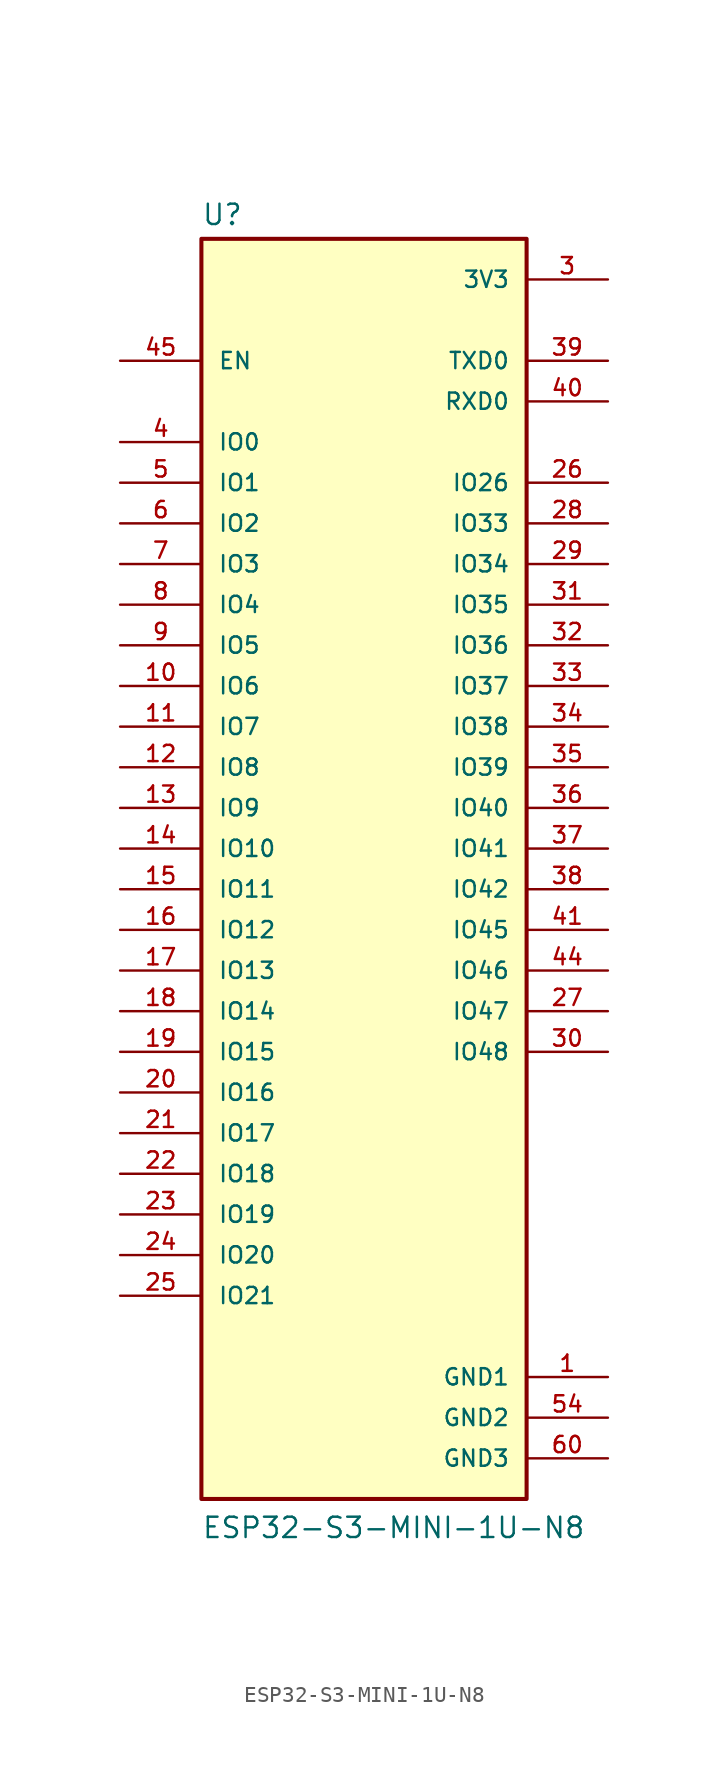
<source format=kicad_sym>
(kicad_symbol_lib
  (version 20211014)
  (generator kicad_symbol_editor)
  (symbol "ESP32-S3-MINI-1U-N8"
    (pin_names
      (offset 1.016))
    (property "Reference" "U"
      (at -10.16 38.862 0)
      (effects (font (size 1.27 1.27)) (justify bottom left)))
    (property "Value" "ESP32-S3-MINI-1U-N8"
      (at -10.16 -43.18 0)
      (effects (font (size 1.27 1.27)) (justify bottom left)))
    (symbol "ESP32-S3-MINI-1U-N8_0_0"
      (rectangle (start -10.16 -40.64) (end 10.16 38.1) (stroke (width 0.254)) (fill (type background)))
      (pin bidirectional line (at -15.24 25.4 0) (length 5.08) (name "IO0" (effects (font (size 1.016 1.016)))) (number "4" (effects (font (size 1.016 1.016)))))
      (pin bidirectional line (at -15.24 22.86 0) (length 5.08) (name "IO1" (effects (font (size 1.016 1.016)))) (number "5" (effects (font (size 1.016 1.016)))))
      (pin bidirectional line (at -15.24 20.32 0) (length 5.08) (name "IO2" (effects (font (size 1.016 1.016)))) (number "6" (effects (font (size 1.016 1.016)))))
      (pin bidirectional line (at -15.24 17.78 0) (length 5.08) (name "IO3" (effects (font (size 1.016 1.016)))) (number "7" (effects (font (size 1.016 1.016)))))
      (pin bidirectional line (at -15.24 15.24 0) (length 5.08) (name "IO4" (effects (font (size 1.016 1.016)))) (number "8" (effects (font (size 1.016 1.016)))))
      (pin bidirectional line (at -15.24 12.7 0) (length 5.08) (name "IO5" (effects (font (size 1.016 1.016)))) (number "9" (effects (font (size 1.016 1.016)))))
      (pin bidirectional line (at -15.24 10.16 0) (length 5.08) (name "IO6" (effects (font (size 1.016 1.016)))) (number "10" (effects (font (size 1.016 1.016)))))
      (pin bidirectional line (at -15.24 7.62 0) (length 5.08) (name "IO7" (effects (font (size 1.016 1.016)))) (number "11" (effects (font (size 1.016 1.016)))))
      (pin bidirectional line (at -15.24 5.08 0) (length 5.08) (name "IO8" (effects (font (size 1.016 1.016)))) (number "12" (effects (font (size 1.016 1.016)))))
      (pin bidirectional line (at -15.24 2.54 0) (length 5.08) (name "IO9" (effects (font (size 1.016 1.016)))) (number "13" (effects (font (size 1.016 1.016)))))
      (pin bidirectional line (at -15.24 0.0 0) (length 5.08) (name "IO10" (effects (font (size 1.016 1.016)))) (number "14" (effects (font (size 1.016 1.016)))))
      (pin bidirectional line (at -15.24 -2.54 0) (length 5.08) (name "IO11" (effects (font (size 1.016 1.016)))) (number "15" (effects (font (size 1.016 1.016)))))
      (pin bidirectional line (at -15.24 -5.08 0) (length 5.08) (name "IO12" (effects (font (size 1.016 1.016)))) (number "16" (effects (font (size 1.016 1.016)))))
      (pin bidirectional line (at -15.24 -7.62 0) (length 5.08) (name "IO13" (effects (font (size 1.016 1.016)))) (number "17" (effects (font (size 1.016 1.016)))))
      (pin bidirectional line (at -15.24 -10.16 0) (length 5.08) (name "IO14" (effects (font (size 1.016 1.016)))) (number "18" (effects (font (size 1.016 1.016)))))
      (pin bidirectional line (at -15.24 -12.7 0) (length 5.08) (name "IO15" (effects (font (size 1.016 1.016)))) (number "19" (effects (font (size 1.016 1.016)))))
      (pin bidirectional line (at -15.24 -15.24 0) (length 5.08) (name "IO16" (effects (font (size 1.016 1.016)))) (number "20" (effects (font (size 1.016 1.016)))))
      (pin bidirectional line (at -15.24 -17.78 0) (length 5.08) (name "IO17" (effects (font (size 1.016 1.016)))) (number "21" (effects (font (size 1.016 1.016)))))
      (pin bidirectional line (at -15.24 -20.32 0) (length 5.08) (name "IO18" (effects (font (size 1.016 1.016)))) (number "22" (effects (font (size 1.016 1.016)))))
      (pin bidirectional line (at -15.24 -22.86 0) (length 5.08) (name "IO19" (effects (font (size 1.016 1.016)))) (number "23" (effects (font (size 1.016 1.016)))))
      (pin bidirectional line (at -15.24 -25.4 0) (length 5.08) (name "IO20" (effects (font (size 1.016 1.016)))) (number "24" (effects (font (size 1.016 1.016)))))
      (pin bidirectional line (at -15.24 -27.94 0) (length 5.08) (name "IO21" (effects (font (size 1.016 1.016)))) (number "25" (effects (font (size 1.016 1.016)))))
      (pin bidirectional line (at 15.24 22.86 180.0) (length 5.08) (name "IO26" (effects (font (size 1.016 1.016)))) (number "26" (effects (font (size 1.016 1.016)))))
      (pin bidirectional line (at 15.24 20.32 180.0) (length 5.08) (name "IO33" (effects (font (size 1.016 1.016)))) (number "28" (effects (font (size 1.016 1.016)))))
      (pin bidirectional line (at 15.24 17.78 180.0) (length 5.08) (name "IO34" (effects (font (size 1.016 1.016)))) (number "29" (effects (font (size 1.016 1.016)))))
      (pin bidirectional line (at 15.24 15.24 180.0) (length 5.08) (name "IO35" (effects (font (size 1.016 1.016)))) (number "31" (effects (font (size 1.016 1.016)))))
      (pin bidirectional line (at 15.24 12.7 180.0) (length 5.08) (name "IO36" (effects (font (size 1.016 1.016)))) (number "32" (effects (font (size 1.016 1.016)))))
      (pin bidirectional line (at 15.24 10.16 180.0) (length 5.08) (name "IO37" (effects (font (size 1.016 1.016)))) (number "33" (effects (font (size 1.016 1.016)))))
      (pin bidirectional line (at 15.24 7.62 180.0) (length 5.08) (name "IO38" (effects (font (size 1.016 1.016)))) (number "34" (effects (font (size 1.016 1.016)))))
      (pin bidirectional line (at 15.24 5.08 180.0) (length 5.08) (name "IO39" (effects (font (size 1.016 1.016)))) (number "35" (effects (font (size 1.016 1.016)))))
      (pin bidirectional line (at 15.24 2.54 180.0) (length 5.08) (name "IO40" (effects (font (size 1.016 1.016)))) (number "36" (effects (font (size 1.016 1.016)))))
      (pin bidirectional line (at 15.24 0.0 180.0) (length 5.08) (name "IO41" (effects (font (size 1.016 1.016)))) (number "37" (effects (font (size 1.016 1.016)))))
      (pin bidirectional line (at 15.24 -2.54 180.0) (length 5.08) (name "IO42" (effects (font (size 1.016 1.016)))) (number "38" (effects (font (size 1.016 1.016)))))
      (pin bidirectional line (at 15.24 -5.08 180.0) (length 5.08) (name "IO45" (effects (font (size 1.016 1.016)))) (number "41" (effects (font (size 1.016 1.016)))))
      (pin bidirectional line (at 15.24 -7.62 180.0) (length 5.08) (name "IO46" (effects (font (size 1.016 1.016)))) (number "44" (effects (font (size 1.016 1.016)))))
      (pin bidirectional line (at 15.24 -10.16 180.0) (length 5.08) (name "IO47" (effects (font (size 1.016 1.016)))) (number "27" (effects (font (size 1.016 1.016)))))
      (pin bidirectional line (at 15.24 -12.7 180.0) (length 5.08) (name "IO48" (effects (font (size 1.016 1.016)))) (number "30" (effects (font (size 1.016 1.016)))))
      (pin input line (at -15.24 30.48 0) (length 5.08) (name "EN" (effects (font (size 1.016 1.016)))) (number "45" (effects (font (size 1.016 1.016)))))
      (pin bidirectional line (at 15.24 30.48 180.0) (length 5.08) (name "TXD0" (effects (font (size 1.016 1.016)))) (number "39" (effects (font (size 1.016 1.016)))))
      (pin bidirectional line (at 15.24 27.94 180.0) (length 5.08) (name "RXD0" (effects (font (size 1.016 1.016)))) (number "40" (effects (font (size 1.016 1.016)))))
      (pin power_in line (at 15.24 35.56 180.0) (length 5.08) (name "3V3" (effects (font (size 1.016 1.016)))) (number "3" (effects (font (size 1.016 1.016)))))
      (pin power_in line (at 15.24 -33.02 180.0) (length 5.08) (name "GND1" (effects (font (size 1.016 1.016)))) (number "1" (effects (font (size 1.016 1.016)))))
      (pin power_in line (at 15.24 -33.02 180.0) (length 5.08) hide (name "GND1" (effects (font (size 1.016 1.016)))) (number "2" (effects (font (size 1.016 1.016)))))
      (pin power_in line (at 15.24 -33.02 180.0) (length 5.08) hide (name "GND1" (effects (font (size 1.016 1.016)))) (number "42" (effects (font (size 1.016 1.016)))))
      (pin power_in line (at 15.24 -33.02 180.0) (length 5.08) hide (name "GND1" (effects (font (size 1.016 1.016)))) (number "43" (effects (font (size 1.016 1.016)))))
      (pin power_in line (at 15.24 -33.02 180.0) (length 5.08) hide (name "GND1" (effects (font (size 1.016 1.016)))) (number "46" (effects (font (size 1.016 1.016)))))
      (pin power_in line (at 15.24 -33.02 180.0) (length 5.08) hide (name "GND1" (effects (font (size 1.016 1.016)))) (number "47" (effects (font (size 1.016 1.016)))))
      (pin power_in line (at 15.24 -33.02 180.0) (length 5.08) hide (name "GND1" (effects (font (size 1.016 1.016)))) (number "48" (effects (font (size 1.016 1.016)))))
      (pin power_in line (at 15.24 -33.02 180.0) (length 5.08) hide (name "GND1" (effects (font (size 1.016 1.016)))) (number "49" (effects (font (size 1.016 1.016)))))
      (pin power_in line (at 15.24 -33.02 180.0) (length 5.08) hide (name "GND1" (effects (font (size 1.016 1.016)))) (number "50" (effects (font (size 1.016 1.016)))))
      (pin power_in line (at 15.24 -33.02 180.0) (length 5.08) hide (name "GND1" (effects (font (size 1.016 1.016)))) (number "51" (effects (font (size 1.016 1.016)))))
      (pin power_in line (at 15.24 -33.02 180.0) (length 5.08) hide (name "GND1" (effects (font (size 1.016 1.016)))) (number "52" (effects (font (size 1.016 1.016)))))
      (pin power_in line (at 15.24 -33.02 180.0) (length 5.08) hide (name "GND1" (effects (font (size 1.016 1.016)))) (number "53" (effects (font (size 1.016 1.016)))))
      (pin power_in line (at 15.24 -35.56 180.0) (length 5.08) (name "GND2" (effects (font (size 1.016 1.016)))) (number "54" (effects (font (size 1.016 1.016)))))
      (pin power_in line (at 15.24 -35.56 180.0) (length 5.08) hide (name "GND2" (effects (font (size 1.016 1.016)))) (number "55" (effects (font (size 1.016 1.016)))))
      (pin power_in line (at 15.24 -35.56 180.0) (length 5.08) hide (name "GND2" (effects (font (size 1.016 1.016)))) (number "56" (effects (font (size 1.016 1.016)))))
      (pin power_in line (at 15.24 -35.56 180.0) (length 5.08) hide (name "GND2" (effects (font (size 1.016 1.016)))) (number "57" (effects (font (size 1.016 1.016)))))
      (pin power_in line (at 15.24 -35.56 180.0) (length 5.08) hide (name "GND2" (effects (font (size 1.016 1.016)))) (number "58" (effects (font (size 1.016 1.016)))))
      (pin power_in line (at 15.24 -35.56 180.0) (length 5.08) hide (name "GND2" (effects (font (size 1.016 1.016)))) (number "59" (effects (font (size 1.016 1.016)))))
      (pin power_in line (at 15.24 -35.56 180.0) (length 5.08) hide (name "GND2" (effects (font (size 1.016 1.016)))) (number "62" (effects (font (size 1.016 1.016)))))
      (pin power_in line (at 15.24 -35.56 180.0) (length 5.08) hide (name "GND2" (effects (font (size 1.016 1.016)))) (number "63" (effects (font (size 1.016 1.016)))))
      (pin power_in line (at 15.24 -35.56 180.0) (length 5.08) hide (name "GND2" (effects (font (size 1.016 1.016)))) (number "64" (effects (font (size 1.016 1.016)))))
      (pin power_in line (at 15.24 -35.56 180.0) (length 5.08) hide (name "GND2" (effects (font (size 1.016 1.016)))) (number "65" (effects (font (size 1.016 1.016)))))
      (pin power_in line (at 15.24 -38.1 180.0) (length 5.08) (name "GND3" (effects (font (size 1.016 1.016)))) (number "60" (effects (font (size 1.016 1.016)))))
      (pin power_in line (at 15.24 -38.1 180.0) (length 5.08) hide (name "GND3" (effects (font (size 1.016 1.016)))) (number "61_1" (effects (font (size 1.016 1.016)))))
      (pin power_in line (at 15.24 -38.1 180.0) (length 5.08) hide (name "GND3" (effects (font (size 1.016 1.016)))) (number "61_2" (effects (font (size 1.016 1.016)))))
      (pin power_in line (at 15.24 -38.1 180.0) (length 5.08) hide (name "GND3" (effects (font (size 1.016 1.016)))) (number "61_3" (effects (font (size 1.016 1.016)))))
      (pin power_in line (at 15.24 -38.1 180.0) (length 5.08) hide (name "GND3" (effects (font (size 1.016 1.016)))) (number "61_4" (effects (font (size 1.016 1.016)))))
      (pin power_in line (at 15.24 -38.1 180.0) (length 5.08) hide (name "GND3" (effects (font (size 1.016 1.016)))) (number "61_5" (effects (font (size 1.016 1.016)))))
      (pin power_in line (at 15.24 -38.1 180.0) (length 5.08) hide (name "GND3" (effects (font (size 1.016 1.016)))) (number "61_6" (effects (font (size 1.016 1.016)))))
      (pin power_in line (at 15.24 -38.1 180.0) (length 5.08) hide (name "GND3" (effects (font (size 1.016 1.016)))) (number "61_7" (effects (font (size 1.016 1.016)))))
      (pin power_in line (at 15.24 -38.1 180.0) (length 5.08) hide (name "GND3" (effects (font (size 1.016 1.016)))) (number "61_8" (effects (font (size 1.016 1.016)))))
      (pin power_in line (at 15.24 -38.1 180.0) (length 5.08) hide (name "GND3" (effects (font (size 1.016 1.016)))) (number "61_9" (effects (font (size 1.016 1.016))))))))
</source>
